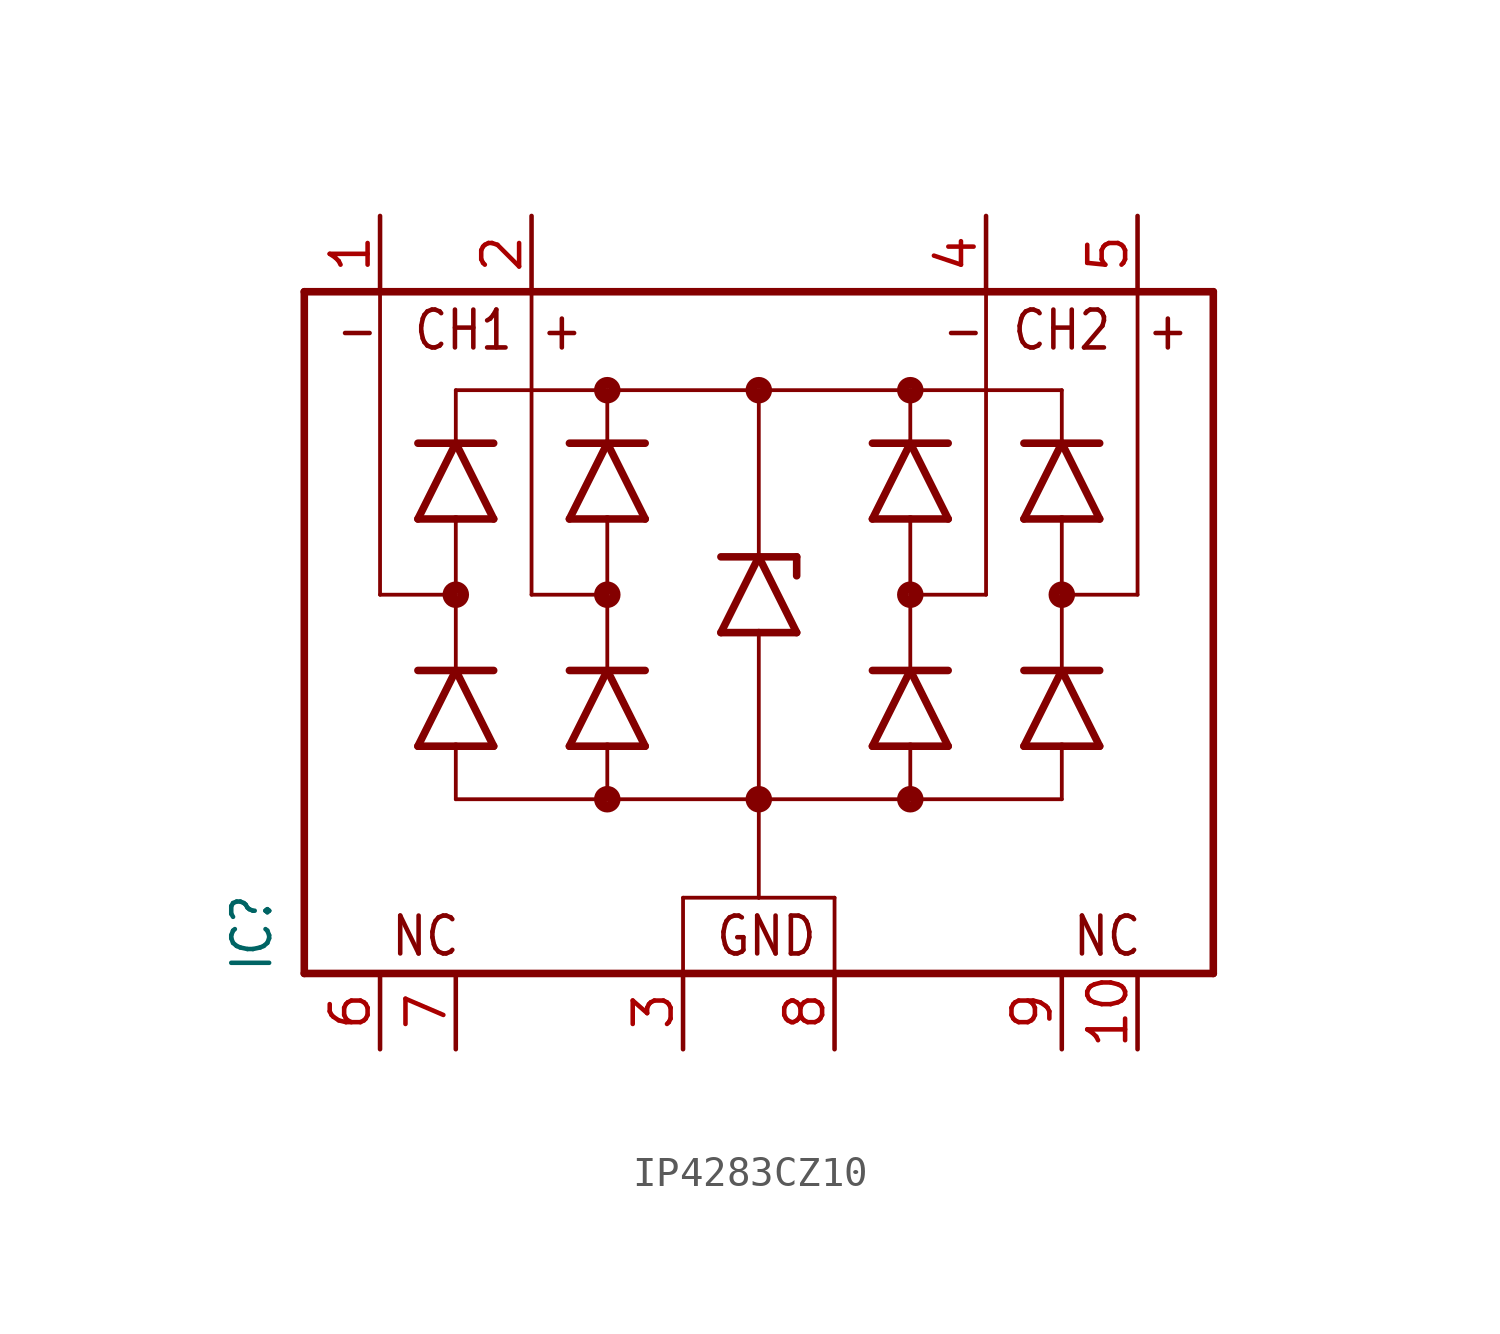
<source format=kicad_sym>
(kicad_symbol_lib
  (version 20231120)
  (generator "kicad_symbol_editor")
  (generator_version "8.0")
  (symbol "IP4283CZ10"
    (property "Reference" "IC"
      (at -16.256 -12.7 90)
      (effects (font (size 1.27 1.079)) (justify left bottom)))
    (property "Value" ""
      (at 17.272 -12.7 90)
      (effects (font (size 1.27 1.079)) (justify left bottom)))
    (property "ki_locked" ""
      (at 0 0 0)
      (effects (font (size 1.27 1.27))))
    (symbol "IP4283CZ10_1_0"
      (circle (center -10.16 0) (radius 0.254) (stroke (width 0.381) (type solid)) (fill (type none)))
      (circle (center -5.08 -6.858) (radius 0.254) (stroke (width 0.381) (type solid)) (fill (type none)))
      (circle (center -5.08 0) (radius 0.254) (stroke (width 0.381) (type solid)) (fill (type none)))
      (circle (center -5.08 6.858) (radius 0.254) (stroke (width 0.381) (type solid)) (fill (type none)))
      (circle (center 0 -6.858) (radius 0.254) (stroke (width 0.381) (type solid)) (fill (type none)))
      (polyline (pts (xy -15.24 -12.7) (xy -15.24 10.16)) (stroke (width 0.254) (type solid)) (fill (type none)))
      (polyline (pts (xy -15.24 10.16) (xy -12.7 10.16)) (stroke (width 0.254) (type solid)) (fill (type none)))
      (polyline (pts (xy -12.7 0) (xy -10.16 0)) (stroke (width 0.127) (type solid)) (fill (type none)))
      (polyline (pts (xy -12.7 10.16) (xy -12.7 0)) (stroke (width 0.127) (type solid)) (fill (type none)))
      (polyline (pts (xy -12.7 10.16) (xy -7.62 10.16)) (stroke (width 0.254) (type solid)) (fill (type none)))
      (polyline (pts (xy -11.43 -5.08) (xy -10.16 -5.08)) (stroke (width 0.254) (type solid)) (fill (type none)))
      (polyline (pts (xy -11.43 -2.54) (xy -10.16 -2.54)) (stroke (width 0.254) (type solid)) (fill (type none)))
      (polyline (pts (xy -11.43 2.54) (xy -10.16 2.54)) (stroke (width 0.254) (type solid)) (fill (type none)))
      (polyline (pts (xy -11.43 5.08) (xy -10.16 5.08)) (stroke (width 0.254) (type solid)) (fill (type none)))
      (polyline (pts (xy -10.16 -6.858) (xy -5.08 -6.858)) (stroke (width 0.127) (type solid)) (fill (type none)))
      (polyline (pts (xy -10.16 -5.08) (xy -10.16 -6.858)) (stroke (width 0.127) (type solid)) (fill (type none)))
      (polyline (pts (xy -10.16 -5.08) (xy -8.89 -5.08)) (stroke (width 0.254) (type solid)) (fill (type none)))
      (polyline (pts (xy -10.16 -2.54) (xy -11.43 -5.08)) (stroke (width 0.254) (type solid)) (fill (type none)))
      (polyline (pts (xy -10.16 -2.54) (xy -10.16 0)) (stroke (width 0.127) (type solid)) (fill (type none)))
      (polyline (pts (xy -10.16 -2.54) (xy -8.89 -2.54)) (stroke (width 0.254) (type solid)) (fill (type none)))
      (polyline (pts (xy -10.16 0) (xy -10.16 2.54)) (stroke (width 0.127) (type solid)) (fill (type none)))
      (polyline (pts (xy -10.16 2.54) (xy -8.89 2.54)) (stroke (width 0.254) (type solid)) (fill (type none)))
      (polyline (pts (xy -10.16 5.08) (xy -11.43 2.54)) (stroke (width 0.254) (type solid)) (fill (type none)))
      (polyline (pts (xy -10.16 5.08) (xy -8.89 5.08)) (stroke (width 0.254) (type solid)) (fill (type none)))
      (polyline (pts (xy -10.16 6.858) (xy -10.16 5.08)) (stroke (width 0.127) (type solid)) (fill (type none)))
      (polyline (pts (xy -8.89 -5.08) (xy -10.16 -2.54)) (stroke (width 0.254) (type solid)) (fill (type none)))
      (polyline (pts (xy -8.89 2.54) (xy -10.16 5.08)) (stroke (width 0.254) (type solid)) (fill (type none)))
      (polyline (pts (xy -7.62 0) (xy -5.08 0)) (stroke (width 0.127) (type solid)) (fill (type none)))
      (polyline (pts (xy -7.62 10.16) (xy -7.62 0)) (stroke (width 0.127) (type solid)) (fill (type none)))
      (polyline (pts (xy -7.62 10.16) (xy 7.62 10.16)) (stroke (width 0.254) (type solid)) (fill (type none)))
      (polyline (pts (xy -6.35 -5.08) (xy -5.08 -5.08)) (stroke (width 0.254) (type solid)) (fill (type none)))
      (polyline (pts (xy -6.35 -2.54) (xy -5.08 -2.54)) (stroke (width 0.254) (type solid)) (fill (type none)))
      (polyline (pts (xy -6.35 2.54) (xy -5.08 2.54)) (stroke (width 0.254) (type solid)) (fill (type none)))
      (polyline (pts (xy -6.35 5.08) (xy -5.08 5.08)) (stroke (width 0.254) (type solid)) (fill (type none)))
      (polyline (pts (xy -5.08 -6.858) (xy 0 -6.858)) (stroke (width 0.127) (type solid)) (fill (type none)))
      (polyline (pts (xy -5.08 -5.08) (xy -5.08 -6.858)) (stroke (width 0.127) (type solid)) (fill (type none)))
      (polyline (pts (xy -5.08 -5.08) (xy -3.81 -5.08)) (stroke (width 0.254) (type solid)) (fill (type none)))
      (polyline (pts (xy -5.08 -2.54) (xy -6.35 -5.08)) (stroke (width 0.254) (type solid)) (fill (type none)))
      (polyline (pts (xy -5.08 -2.54) (xy -5.08 0)) (stroke (width 0.127) (type solid)) (fill (type none)))
      (polyline (pts (xy -5.08 -2.54) (xy -3.81 -2.54)) (stroke (width 0.254) (type solid)) (fill (type none)))
      (polyline (pts (xy -5.08 0) (xy -5.08 2.54)) (stroke (width 0.127) (type solid)) (fill (type none)))
      (polyline (pts (xy -5.08 2.54) (xy -3.81 2.54)) (stroke (width 0.254) (type solid)) (fill (type none)))
      (polyline (pts (xy -5.08 5.08) (xy -6.35 2.54)) (stroke (width 0.254) (type solid)) (fill (type none)))
      (polyline (pts (xy -5.08 5.08) (xy -5.08 6.858)) (stroke (width 0.127) (type solid)) (fill (type none)))
      (polyline (pts (xy -5.08 5.08) (xy -3.81 5.08)) (stroke (width 0.254) (type solid)) (fill (type none)))
      (polyline (pts (xy -5.08 6.858) (xy -10.16 6.858)) (stroke (width 0.127) (type solid)) (fill (type none)))
      (polyline (pts (xy -3.81 -5.08) (xy -5.08 -2.54)) (stroke (width 0.254) (type solid)) (fill (type none)))
      (polyline (pts (xy -3.81 2.54) (xy -5.08 5.08)) (stroke (width 0.254) (type solid)) (fill (type none)))
      (polyline (pts (xy -2.54 -12.7) (xy -15.24 -12.7)) (stroke (width 0.254) (type solid)) (fill (type none)))
      (polyline (pts (xy -2.54 -12.7) (xy -2.54 -10.16)) (stroke (width 0.127) (type solid)) (fill (type none)))
      (polyline (pts (xy -2.54 -10.16) (xy 0 -10.16)) (stroke (width 0.127) (type solid)) (fill (type none)))
      (polyline (pts (xy -1.27 -1.27) (xy 0 -1.27)) (stroke (width 0.254) (type solid)) (fill (type none)))
      (polyline (pts (xy -1.27 1.27) (xy 0 1.27)) (stroke (width 0.254) (type solid)) (fill (type none)))
      (polyline (pts (xy 0 -10.16) (xy 2.54 -10.16)) (stroke (width 0.127) (type solid)) (fill (type none)))
      (polyline (pts (xy 0 -6.858) (xy 0 -10.16)) (stroke (width 0.127) (type solid)) (fill (type none)))
      (polyline (pts (xy 0 -6.858) (xy 5.08 -6.858)) (stroke (width 0.127) (type solid)) (fill (type none)))
      (polyline (pts (xy 0 -1.27) (xy 0 -6.858)) (stroke (width 0.127) (type solid)) (fill (type none)))
      (polyline (pts (xy 0 -1.27) (xy 1.27 -1.27)) (stroke (width 0.254) (type solid)) (fill (type none)))
      (polyline (pts (xy 0 1.27) (xy -1.27 -1.27)) (stroke (width 0.254) (type solid)) (fill (type none)))
      (polyline (pts (xy 0 1.27) (xy 0 6.858)) (stroke (width 0.127) (type solid)) (fill (type none)))
      (polyline (pts (xy 0 1.27) (xy 1.27 1.27)) (stroke (width 0.254) (type solid)) (fill (type none)))
      (polyline (pts (xy 0 6.858) (xy -5.08 6.858)) (stroke (width 0.127) (type solid)) (fill (type none)))
      (polyline (pts (xy 0 6.858) (xy 5.08 6.858)) (stroke (width 0.127) (type solid)) (fill (type none)))
      (polyline (pts (xy 1.27 -1.27) (xy 0 1.27)) (stroke (width 0.254) (type solid)) (fill (type none)))
      (polyline (pts (xy 1.27 1.27) (xy 1.27 0.635)) (stroke (width 0.254) (type solid)) (fill (type none)))
      (polyline (pts (xy 2.54 -12.7) (xy -2.54 -12.7)) (stroke (width 0.254) (type solid)) (fill (type none)))
      (polyline (pts (xy 2.54 -10.16) (xy 2.54 -12.7)) (stroke (width 0.127) (type solid)) (fill (type none)))
      (polyline (pts (xy 3.81 -5.08) (xy 5.08 -5.08)) (stroke (width 0.254) (type solid)) (fill (type none)))
      (polyline (pts (xy 3.81 -2.54) (xy 5.08 -2.54)) (stroke (width 0.254) (type solid)) (fill (type none)))
      (polyline (pts (xy 3.81 2.54) (xy 5.08 2.54)) (stroke (width 0.254) (type solid)) (fill (type none)))
      (polyline (pts (xy 3.81 5.08) (xy 5.08 5.08)) (stroke (width 0.254) (type solid)) (fill (type none)))
      (polyline (pts (xy 5.08 -6.858) (xy 10.16 -6.858)) (stroke (width 0.127) (type solid)) (fill (type none)))
      (polyline (pts (xy 5.08 -5.08) (xy 5.08 -6.858)) (stroke (width 0.127) (type solid)) (fill (type none)))
      (polyline (pts (xy 5.08 -5.08) (xy 6.35 -5.08)) (stroke (width 0.254) (type solid)) (fill (type none)))
      (polyline (pts (xy 5.08 -2.54) (xy 3.81 -5.08)) (stroke (width 0.254) (type solid)) (fill (type none)))
      (polyline (pts (xy 5.08 -2.54) (xy 5.08 0)) (stroke (width 0.127) (type solid)) (fill (type none)))
      (polyline (pts (xy 5.08 -2.54) (xy 6.35 -2.54)) (stroke (width 0.254) (type solid)) (fill (type none)))
      (polyline (pts (xy 5.08 0) (xy 5.08 2.54)) (stroke (width 0.127) (type solid)) (fill (type none)))
      (polyline (pts (xy 5.08 2.54) (xy 6.35 2.54)) (stroke (width 0.254) (type solid)) (fill (type none)))
      (polyline (pts (xy 5.08 5.08) (xy 3.81 2.54)) (stroke (width 0.254) (type solid)) (fill (type none)))
      (polyline (pts (xy 5.08 5.08) (xy 6.35 5.08)) (stroke (width 0.254) (type solid)) (fill (type none)))
      (polyline (pts (xy 5.08 6.858) (xy 5.08 5.08)) (stroke (width 0.127) (type solid)) (fill (type none)))
      (polyline (pts (xy 5.08 6.858) (xy 10.16 6.858)) (stroke (width 0.127) (type solid)) (fill (type none)))
      (polyline (pts (xy 6.35 -5.08) (xy 5.08 -2.54)) (stroke (width 0.254) (type solid)) (fill (type none)))
      (polyline (pts (xy 6.35 2.54) (xy 5.08 5.08)) (stroke (width 0.254) (type solid)) (fill (type none)))
      (polyline (pts (xy 7.62 0) (xy 5.08 0)) (stroke (width 0.127) (type solid)) (fill (type none)))
      (polyline (pts (xy 7.62 10.16) (xy 7.62 0)) (stroke (width 0.127) (type solid)) (fill (type none)))
      (polyline (pts (xy 7.62 10.16) (xy 12.7 10.16)) (stroke (width 0.254) (type solid)) (fill (type none)))
      (polyline (pts (xy 8.89 -5.08) (xy 10.16 -5.08)) (stroke (width 0.254) (type solid)) (fill (type none)))
      (polyline (pts (xy 8.89 -2.54) (xy 10.16 -2.54)) (stroke (width 0.254) (type solid)) (fill (type none)))
      (polyline (pts (xy 8.89 2.54) (xy 10.16 2.54)) (stroke (width 0.254) (type solid)) (fill (type none)))
      (polyline (pts (xy 8.89 5.08) (xy 10.16 5.08)) (stroke (width 0.254) (type solid)) (fill (type none)))
      (polyline (pts (xy 10.16 -6.858) (xy 10.16 -5.08)) (stroke (width 0.127) (type solid)) (fill (type none)))
      (polyline (pts (xy 10.16 -5.08) (xy 11.43 -5.08)) (stroke (width 0.254) (type solid)) (fill (type none)))
      (polyline (pts (xy 10.16 -2.54) (xy 8.89 -5.08)) (stroke (width 0.254) (type solid)) (fill (type none)))
      (polyline (pts (xy 10.16 -2.54) (xy 10.16 0)) (stroke (width 0.127) (type solid)) (fill (type none)))
      (polyline (pts (xy 10.16 -2.54) (xy 11.43 -2.54)) (stroke (width 0.254) (type solid)) (fill (type none)))
      (polyline (pts (xy 10.16 0) (xy 10.16 2.54)) (stroke (width 0.127) (type solid)) (fill (type none)))
      (polyline (pts (xy 10.16 2.54) (xy 11.43 2.54)) (stroke (width 0.254) (type solid)) (fill (type none)))
      (polyline (pts (xy 10.16 5.08) (xy 8.89 2.54)) (stroke (width 0.254) (type solid)) (fill (type none)))
      (polyline (pts (xy 10.16 5.08) (xy 11.43 5.08)) (stroke (width 0.254) (type solid)) (fill (type none)))
      (polyline (pts (xy 10.16 6.858) (xy 10.16 5.08)) (stroke (width 0.127) (type solid)) (fill (type none)))
      (polyline (pts (xy 11.43 -5.08) (xy 10.16 -2.54)) (stroke (width 0.254) (type solid)) (fill (type none)))
      (polyline (pts (xy 11.43 2.54) (xy 10.16 5.08)) (stroke (width 0.254) (type solid)) (fill (type none)))
      (polyline (pts (xy 12.7 0) (xy 10.16 0)) (stroke (width 0.127) (type solid)) (fill (type none)))
      (polyline (pts (xy 12.7 10.16) (xy 12.7 0)) (stroke (width 0.127) (type solid)) (fill (type none)))
      (polyline (pts (xy 12.7 10.16) (xy 15.24 10.16)) (stroke (width 0.254) (type solid)) (fill (type none)))
      (polyline (pts (xy 15.24 -12.7) (xy 2.54 -12.7)) (stroke (width 0.254) (type solid)) (fill (type none)))
      (polyline (pts (xy 15.24 10.16) (xy 15.24 -12.7)) (stroke (width 0.254) (type solid)) (fill (type none)))
      (circle (center 0 6.858) (radius 0.254) (stroke (width 0.381) (type solid)) (fill (type none)))
      (circle (center 5.08 -6.858) (radius 0.254) (stroke (width 0.381) (type solid)) (fill (type none)))
      (circle (center 5.08 0) (radius 0.254) (stroke (width 0.381) (type solid)) (fill (type none)))
      (circle (center 5.08 6.858) (radius 0.254) (stroke (width 0.381) (type solid)) (fill (type none)))
      (circle (center 10.16 0) (radius 0.254) (stroke (width 0.381) (type solid)) (fill (type none)))
      (text "+" (at -6.604 8.128 0) (effects (font (size 1.27 1.079)) (justify bottom)))
      (text "+" (at 13.716 8.128 0) (effects (font (size 1.27 1.079)) (justify bottom)))
      (text "-" (at -13.462 8.128 0) (effects (font (size 1.27 1.079)) (justify bottom)))
      (text "-" (at 6.858 8.128 0) (effects (font (size 1.27 1.079)) (justify bottom)))
      (text "CH1" (at -9.906 8.128 0) (effects (font (size 1.27 1.079)) (justify bottom)))
      (text "CH2" (at 10.16 8.128 0) (effects (font (size 1.27 1.079)) (justify bottom)))
      (text "GND" (at 0.254 -12.192 0) (effects (font (size 1.27 1.079)) (justify bottom)))
      (text "NC" (at -11.176 -12.192 0) (effects (font (size 1.27 1.079)) (justify bottom)))
      (text "NC" (at 11.684 -12.192 0) (effects (font (size 1.27 1.079)) (justify bottom)))
      (pin bidirectional line (at -12.7 12.7 270) (length 2.54) (name "TMDS.CH1-" (effects (font (size 0 0)))) (number "1" (effects (font (size 1.27 1.27)))))
      (pin bidirectional line (at 12.7 -15.24 90) (length 2.54) (name "NC4" (effects (font (size 0 0)))) (number "10" (effects (font (size 1.27 1.27)))))
      (pin bidirectional line (at -7.62 12.7 270) (length 2.54) (name "TMDS.CH1+" (effects (font (size 0 0)))) (number "2" (effects (font (size 1.27 1.27)))))
      (pin bidirectional line (at -2.54 -15.24 90) (length 2.54) (name "GND1" (effects (font (size 0 0)))) (number "3" (effects (font (size 1.27 1.27)))))
      (pin bidirectional line (at 7.62 12.7 270) (length 2.54) (name "TMDS.CH2-" (effects (font (size 0 0)))) (number "4" (effects (font (size 1.27 1.27)))))
      (pin bidirectional line (at 12.7 12.7 270) (length 2.54) (name "TMDS.CH2+" (effects (font (size 0 0)))) (number "5" (effects (font (size 1.27 1.27)))))
      (pin bidirectional line (at -12.7 -15.24 90) (length 2.54) (name "NC1" (effects (font (size 0 0)))) (number "6" (effects (font (size 1.27 1.27)))))
      (pin bidirectional line (at -10.16 -15.24 90) (length 2.54) (name "NC2" (effects (font (size 0 0)))) (number "7" (effects (font (size 1.27 1.27)))))
      (pin bidirectional line (at 2.54 -15.24 90) (length 2.54) (name "GND2" (effects (font (size 0 0)))) (number "8" (effects (font (size 1.27 1.27)))))
      (pin bidirectional line (at 10.16 -15.24 90) (length 2.54) (name "NC3" (effects (font (size 0 0)))) (number "9" (effects (font (size 1.27 1.27))))))))
</source>
